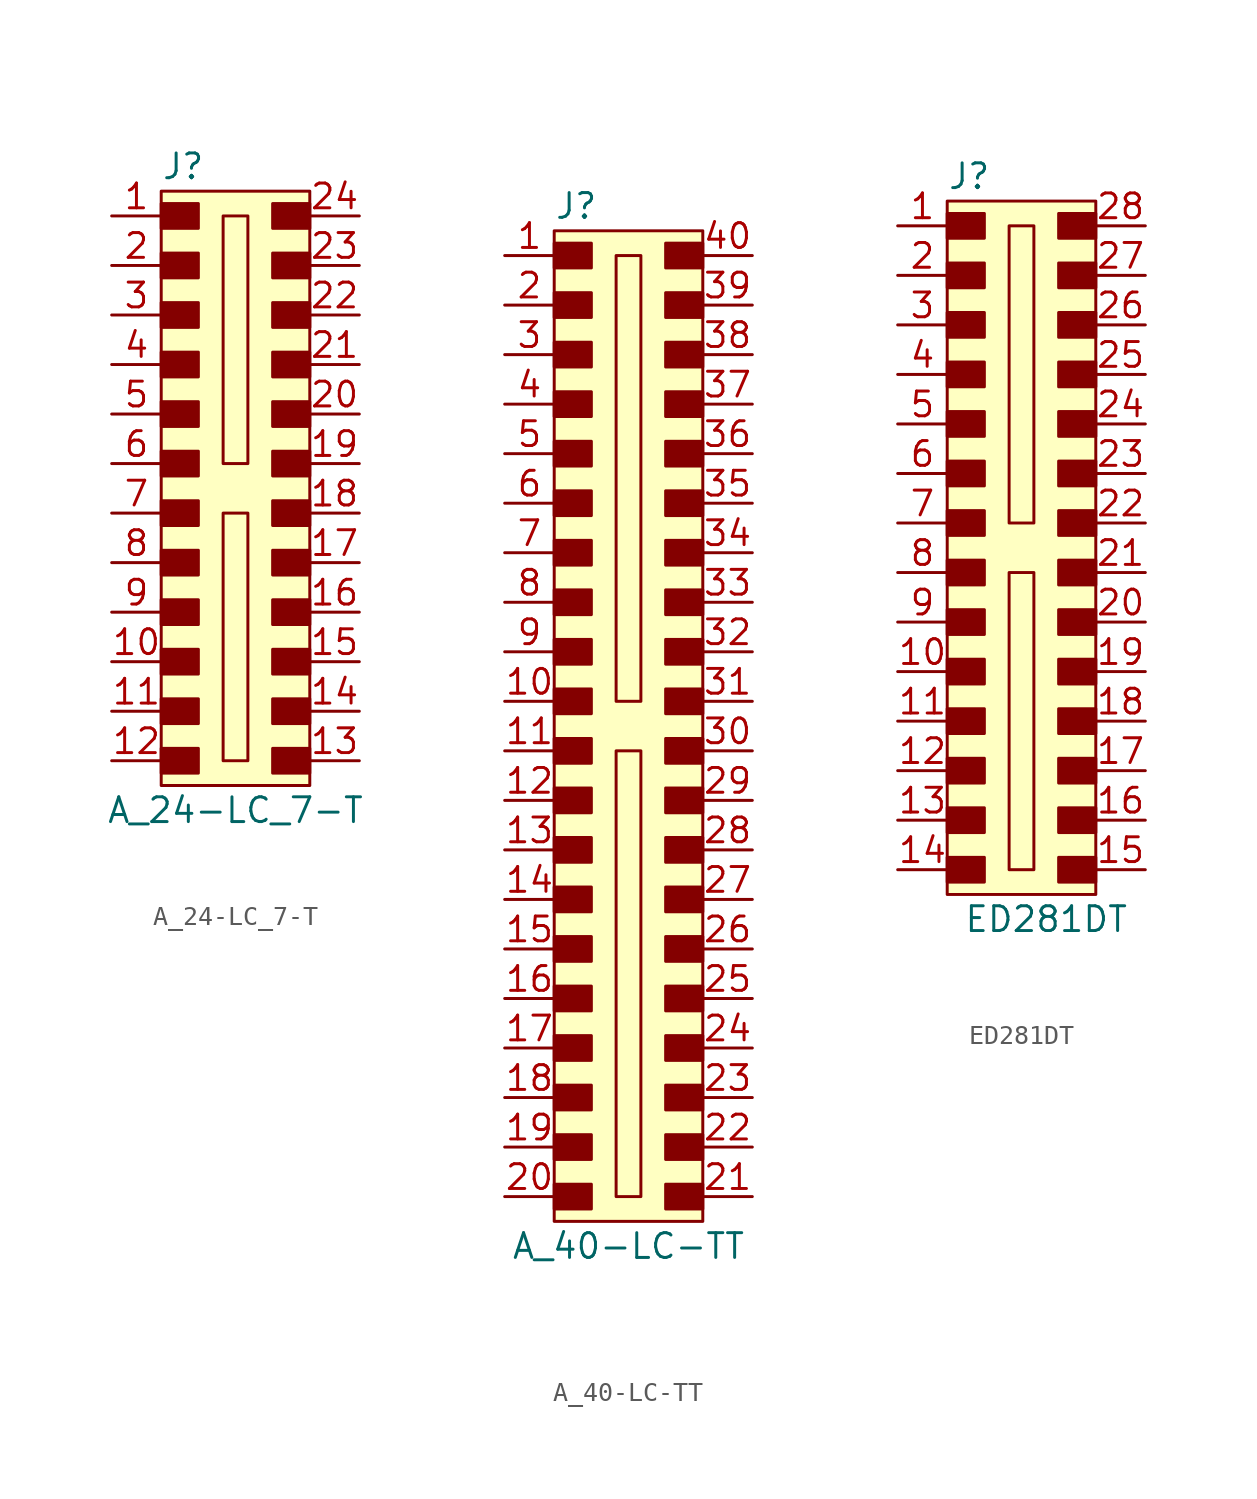
<source format=kicad_sym>
(kicad_symbol_lib
  (version 20220914)
  (generator kicad_symbol_editor)
  (symbol "A_24-LC_7-T"
    (pin_names
      (offset 1.016))
    (property "Reference" "J"
      (at -3.81 16.51 0)
      (effects (font (size 1.27 1.27)) (justify left)))
    (property "Value" "A_24-LC_7-T"
      (at 0 -16.51 0)
      (effects (font (size 1.27 1.27))))
    (symbol "A_24-LC_7-T_1_1"
      (rectangle (start -3.81 -13.335) (end -1.905 -14.605) (stroke (width 0) (type default)) (fill (type outline)))
      (rectangle (start -3.81 -10.795) (end -1.905 -12.065) (stroke (width 0) (type default)) (fill (type outline)))
      (rectangle (start -3.81 -8.255) (end -1.905 -9.525) (stroke (width 0) (type default)) (fill (type outline)))
      (rectangle (start -3.81 -5.715) (end -1.905 -6.985) (stroke (width 0) (type default)) (fill (type outline)))
      (rectangle (start -3.81 -3.175) (end -1.905 -4.445) (stroke (width 0) (type default)) (fill (type outline)))
      (rectangle (start -3.81 -0.635) (end -1.905 -1.905) (stroke (width 0) (type default)) (fill (type outline)))
      (rectangle (start -3.81 1.905) (end -1.905 0.635) (stroke (width 0) (type default)) (fill (type outline)))
      (rectangle (start -3.81 4.445) (end -1.905 3.175) (stroke (width 0) (type default)) (fill (type outline)))
      (rectangle (start -3.81 6.985) (end -1.905 5.715) (stroke (width 0) (type default)) (fill (type outline)))
      (rectangle (start -3.81 9.525) (end -1.905 8.255) (stroke (width 0) (type default)) (fill (type outline)))
      (rectangle (start -3.81 12.065) (end -1.905 10.795) (stroke (width 0) (type default)) (fill (type outline)))
      (rectangle (start -3.81 14.605) (end -1.905 13.335) (stroke (width 0) (type default)) (fill (type outline)))
      (rectangle (start -3.81 15.24) (end 3.81 -15.24) (stroke (width 0) (type default)) (fill (type background)))
      (rectangle (start -0.635 -1.27) (end 0.635 -13.97) (stroke (width 0) (type default)) (fill (type none)))
      (rectangle (start -0.635 13.97) (end 0.635 1.27) (stroke (width 0) (type default)) (fill (type none)))
      (rectangle (start 1.905 -13.335) (end 3.81 -14.605) (stroke (width 0) (type default)) (fill (type outline)))
      (rectangle (start 1.905 -10.795) (end 3.81 -12.065) (stroke (width 0) (type default)) (fill (type outline)))
      (rectangle (start 1.905 -8.255) (end 3.81 -9.525) (stroke (width 0) (type default)) (fill (type outline)))
      (rectangle (start 1.905 -5.715) (end 3.81 -6.985) (stroke (width 0) (type default)) (fill (type outline)))
      (rectangle (start 1.905 -3.175) (end 3.81 -4.445) (stroke (width 0) (type default)) (fill (type outline)))
      (rectangle (start 1.905 -0.635) (end 3.81 -1.905) (stroke (width 0) (type default)) (fill (type outline)))
      (rectangle (start 1.905 1.905) (end 3.81 0.635) (stroke (width 0) (type default)) (fill (type outline)))
      (rectangle (start 1.905 4.445) (end 3.81 3.175) (stroke (width 0) (type default)) (fill (type outline)))
      (rectangle (start 1.905 6.985) (end 3.81 5.715) (stroke (width 0) (type default)) (fill (type outline)))
      (rectangle (start 1.905 9.525) (end 3.81 8.255) (stroke (width 0) (type default)) (fill (type outline)))
      (rectangle (start 1.905 12.065) (end 3.81 10.795) (stroke (width 0) (type default)) (fill (type outline)))
      (rectangle (start 1.905 14.605) (end 3.81 13.335) (stroke (width 0) (type default)) (fill (type outline)))
      (pin passive line (at -6.35 13.97 0) (length 2.54) (name "~" (effects (font (size 1.27 1.27)))) (number "1" (effects (font (size 1.27 1.27)))))
      (pin passive line (at -6.35 -8.89 0) (length 2.54) (name "~" (effects (font (size 1.27 1.27)))) (number "10" (effects (font (size 1.27 1.27)))))
      (pin passive line (at -6.35 -11.43 0) (length 2.54) (name "~" (effects (font (size 1.27 1.27)))) (number "11" (effects (font (size 1.27 1.27)))))
      (pin passive line (at -6.35 -13.97 0) (length 2.54) (name "~" (effects (font (size 1.27 1.27)))) (number "12" (effects (font (size 1.27 1.27)))))
      (pin passive line (at 6.35 -13.97 180) (length 2.54) (name "~" (effects (font (size 1.27 1.27)))) (number "13" (effects (font (size 1.27 1.27)))))
      (pin passive line (at 6.35 -11.43 180) (length 2.54) (name "~" (effects (font (size 1.27 1.27)))) (number "14" (effects (font (size 1.27 1.27)))))
      (pin passive line (at 6.35 -8.89 180) (length 2.54) (name "~" (effects (font (size 1.27 1.27)))) (number "15" (effects (font (size 1.27 1.27)))))
      (pin passive line (at 6.35 -6.35 180) (length 2.54) (name "~" (effects (font (size 1.27 1.27)))) (number "16" (effects (font (size 1.27 1.27)))))
      (pin passive line (at 6.35 -3.81 180) (length 2.54) (name "~" (effects (font (size 1.27 1.27)))) (number "17" (effects (font (size 1.27 1.27)))))
      (pin passive line (at 6.35 -1.27 180) (length 2.54) (name "~" (effects (font (size 1.27 1.27)))) (number "18" (effects (font (size 1.27 1.27)))))
      (pin passive line (at 6.35 1.27 180) (length 2.54) (name "~" (effects (font (size 1.27 1.27)))) (number "19" (effects (font (size 1.27 1.27)))))
      (pin passive line (at -6.35 11.43 0) (length 2.54) (name "~" (effects (font (size 1.27 1.27)))) (number "2" (effects (font (size 1.27 1.27)))))
      (pin passive line (at 6.35 3.81 180) (length 2.54) (name "~" (effects (font (size 1.27 1.27)))) (number "20" (effects (font (size 1.27 1.27)))))
      (pin passive line (at 6.35 6.35 180) (length 2.54) (name "~" (effects (font (size 1.27 1.27)))) (number "21" (effects (font (size 1.27 1.27)))))
      (pin passive line (at 6.35 8.89 180) (length 2.54) (name "~" (effects (font (size 1.27 1.27)))) (number "22" (effects (font (size 1.27 1.27)))))
      (pin passive line (at 6.35 11.43 180) (length 2.54) (name "~" (effects (font (size 1.27 1.27)))) (number "23" (effects (font (size 1.27 1.27)))))
      (pin passive line (at 6.35 13.97 180) (length 2.54) (name "~" (effects (font (size 1.27 1.27)))) (number "24" (effects (font (size 1.27 1.27)))))
      (pin passive line (at -6.35 8.89 0) (length 2.54) (name "~" (effects (font (size 1.27 1.27)))) (number "3" (effects (font (size 1.27 1.27)))))
      (pin passive line (at -6.35 6.35 0) (length 2.54) (name "~" (effects (font (size 1.27 1.27)))) (number "4" (effects (font (size 1.27 1.27)))))
      (pin passive line (at -6.35 3.81 0) (length 2.54) (name "~" (effects (font (size 1.27 1.27)))) (number "5" (effects (font (size 1.27 1.27)))))
      (pin passive line (at -6.35 1.27 0) (length 2.54) (name "~" (effects (font (size 1.27 1.27)))) (number "6" (effects (font (size 1.27 1.27)))))
      (pin passive line (at -6.35 -1.27 0) (length 2.54) (name "~" (effects (font (size 1.27 1.27)))) (number "7" (effects (font (size 1.27 1.27)))))
      (pin passive line (at -6.35 -3.81 0) (length 2.54) (name "~" (effects (font (size 1.27 1.27)))) (number "8" (effects (font (size 1.27 1.27)))))
      (pin passive line (at -6.35 -6.35 0) (length 2.54) (name "~" (effects (font (size 1.27 1.27)))) (number "9" (effects (font (size 1.27 1.27)))))))
  (symbol "A_40-LC-TT"
    (pin_names
      (offset 1.016))
    (property "Reference" "J"
      (at -3.81 25.4 0)
      (effects (font (size 1.27 1.27)) (justify left)))
    (property "Value" "A_40-LC-TT"
      (at 0 -27.94 0)
      (effects (font (size 1.27 1.27))))
    (symbol "A_40-LC-TT_1_1"
      (rectangle (start -3.81 -24.765) (end -1.905 -26.035) (stroke (width 0) (type default)) (fill (type outline)))
      (rectangle (start -3.81 -22.225) (end -1.905 -23.495) (stroke (width 0) (type default)) (fill (type outline)))
      (rectangle (start -3.81 -19.685) (end -1.905 -20.955) (stroke (width 0) (type default)) (fill (type outline)))
      (rectangle (start -3.81 -17.145) (end -1.905 -18.415) (stroke (width 0) (type default)) (fill (type outline)))
      (rectangle (start -3.81 -14.605) (end -1.905 -15.875) (stroke (width 0) (type default)) (fill (type outline)))
      (rectangle (start -3.81 -12.065) (end -1.905 -13.335) (stroke (width 0) (type default)) (fill (type outline)))
      (rectangle (start -3.81 -9.525) (end -1.905 -10.795) (stroke (width 0) (type default)) (fill (type outline)))
      (rectangle (start -3.81 -6.985) (end -1.905 -8.255) (stroke (width 0) (type default)) (fill (type outline)))
      (rectangle (start -3.81 -4.445) (end -1.905 -5.715) (stroke (width 0) (type default)) (fill (type outline)))
      (rectangle (start -3.81 -1.905) (end -1.905 -3.175) (stroke (width 0) (type default)) (fill (type outline)))
      (rectangle (start -3.81 0.635) (end -1.905 -0.635) (stroke (width 0) (type default)) (fill (type outline)))
      (rectangle (start -3.81 3.175) (end -1.905 1.905) (stroke (width 0) (type default)) (fill (type outline)))
      (rectangle (start -3.81 5.715) (end -1.905 4.445) (stroke (width 0) (type default)) (fill (type outline)))
      (rectangle (start -3.81 8.255) (end -1.905 6.985) (stroke (width 0) (type default)) (fill (type outline)))
      (rectangle (start -3.81 10.795) (end -1.905 9.525) (stroke (width 0) (type default)) (fill (type outline)))
      (rectangle (start -3.81 13.335) (end -1.905 12.065) (stroke (width 0) (type default)) (fill (type outline)))
      (rectangle (start -3.81 15.875) (end -1.905 14.605) (stroke (width 0) (type default)) (fill (type outline)))
      (rectangle (start -3.81 18.415) (end -1.905 17.145) (stroke (width 0) (type default)) (fill (type outline)))
      (rectangle (start -3.81 20.955) (end -1.905 19.685) (stroke (width 0) (type default)) (fill (type outline)))
      (rectangle (start -3.81 23.495) (end -1.905 22.225) (stroke (width 0) (type default)) (fill (type outline)))
      (rectangle (start -3.81 24.13) (end 3.81 -26.67) (stroke (width 0) (type default)) (fill (type background)))
      (rectangle (start -0.635 -2.54) (end 0.635 -25.4) (stroke (width 0) (type default)) (fill (type none)))
      (rectangle (start -0.635 22.86) (end 0.635 0) (stroke (width 0) (type default)) (fill (type none)))
      (rectangle (start 1.905 -24.765) (end 3.81 -26.035) (stroke (width 0) (type default)) (fill (type outline)))
      (rectangle (start 1.905 -22.225) (end 3.81 -23.495) (stroke (width 0) (type default)) (fill (type outline)))
      (rectangle (start 1.905 -19.685) (end 3.81 -20.955) (stroke (width 0) (type default)) (fill (type outline)))
      (rectangle (start 1.905 -17.145) (end 3.81 -18.415) (stroke (width 0) (type default)) (fill (type outline)))
      (rectangle (start 1.905 -14.605) (end 3.81 -15.875) (stroke (width 0) (type default)) (fill (type outline)))
      (rectangle (start 1.905 -12.065) (end 3.81 -13.335) (stroke (width 0) (type default)) (fill (type outline)))
      (rectangle (start 1.905 -9.525) (end 3.81 -10.795) (stroke (width 0) (type default)) (fill (type outline)))
      (rectangle (start 1.905 -6.985) (end 3.81 -8.255) (stroke (width 0) (type default)) (fill (type outline)))
      (rectangle (start 1.905 -4.445) (end 3.81 -5.715) (stroke (width 0) (type default)) (fill (type outline)))
      (rectangle (start 1.905 -1.905) (end 3.81 -3.175) (stroke (width 0) (type default)) (fill (type outline)))
      (rectangle (start 1.905 0.635) (end 3.81 -0.635) (stroke (width 0) (type default)) (fill (type outline)))
      (rectangle (start 1.905 3.175) (end 3.81 1.905) (stroke (width 0) (type default)) (fill (type outline)))
      (rectangle (start 1.905 5.715) (end 3.81 4.445) (stroke (width 0) (type default)) (fill (type outline)))
      (rectangle (start 1.905 8.255) (end 3.81 6.985) (stroke (width 0) (type default)) (fill (type outline)))
      (rectangle (start 1.905 10.795) (end 3.81 9.525) (stroke (width 0) (type default)) (fill (type outline)))
      (rectangle (start 1.905 13.335) (end 3.81 12.065) (stroke (width 0) (type default)) (fill (type outline)))
      (rectangle (start 1.905 15.875) (end 3.81 14.605) (stroke (width 0) (type default)) (fill (type outline)))
      (rectangle (start 1.905 18.415) (end 3.81 17.145) (stroke (width 0) (type default)) (fill (type outline)))
      (rectangle (start 1.905 20.955) (end 3.81 19.685) (stroke (width 0) (type default)) (fill (type outline)))
      (rectangle (start 1.905 23.495) (end 3.81 22.225) (stroke (width 0) (type default)) (fill (type outline)))
      (pin passive line (at -6.35 22.86 0) (length 2.54) (name "~" (effects (font (size 1.27 1.27)))) (number "1" (effects (font (size 1.27 1.27)))))
      (pin passive line (at -6.35 0 0) (length 2.54) (name "~" (effects (font (size 1.27 1.27)))) (number "10" (effects (font (size 1.27 1.27)))))
      (pin passive line (at -6.35 -2.54 0) (length 2.54) (name "~" (effects (font (size 1.27 1.27)))) (number "11" (effects (font (size 1.27 1.27)))))
      (pin passive line (at -6.35 -5.08 0) (length 2.54) (name "~" (effects (font (size 1.27 1.27)))) (number "12" (effects (font (size 1.27 1.27)))))
      (pin passive line (at -6.35 -7.62 0) (length 2.54) (name "~" (effects (font (size 1.27 1.27)))) (number "13" (effects (font (size 1.27 1.27)))))
      (pin passive line (at -6.35 -10.16 0) (length 2.54) (name "~" (effects (font (size 1.27 1.27)))) (number "14" (effects (font (size 1.27 1.27)))))
      (pin passive line (at -6.35 -12.7 0) (length 2.54) (name "~" (effects (font (size 1.27 1.27)))) (number "15" (effects (font (size 1.27 1.27)))))
      (pin passive line (at -6.35 -15.24 0) (length 2.54) (name "~" (effects (font (size 1.27 1.27)))) (number "16" (effects (font (size 1.27 1.27)))))
      (pin passive line (at -6.35 -17.78 0) (length 2.54) (name "~" (effects (font (size 1.27 1.27)))) (number "17" (effects (font (size 1.27 1.27)))))
      (pin passive line (at -6.35 -20.32 0) (length 2.54) (name "~" (effects (font (size 1.27 1.27)))) (number "18" (effects (font (size 1.27 1.27)))))
      (pin passive line (at -6.35 -22.86 0) (length 2.54) (name "~" (effects (font (size 1.27 1.27)))) (number "19" (effects (font (size 1.27 1.27)))))
      (pin passive line (at -6.35 20.32 0) (length 2.54) (name "~" (effects (font (size 1.27 1.27)))) (number "2" (effects (font (size 1.27 1.27)))))
      (pin passive line (at -6.35 -25.4 0) (length 2.54) (name "~" (effects (font (size 1.27 1.27)))) (number "20" (effects (font (size 1.27 1.27)))))
      (pin passive line (at 6.35 -25.4 180) (length 2.54) (name "~" (effects (font (size 1.27 1.27)))) (number "21" (effects (font (size 1.27 1.27)))))
      (pin passive line (at 6.35 -22.86 180) (length 2.54) (name "~" (effects (font (size 1.27 1.27)))) (number "22" (effects (font (size 1.27 1.27)))))
      (pin passive line (at 6.35 -20.32 180) (length 2.54) (name "~" (effects (font (size 1.27 1.27)))) (number "23" (effects (font (size 1.27 1.27)))))
      (pin passive line (at 6.35 -17.78 180) (length 2.54) (name "~" (effects (font (size 1.27 1.27)))) (number "24" (effects (font (size 1.27 1.27)))))
      (pin passive line (at 6.35 -15.24 180) (length 2.54) (name "~" (effects (font (size 1.27 1.27)))) (number "25" (effects (font (size 1.27 1.27)))))
      (pin passive line (at 6.35 -12.7 180) (length 2.54) (name "~" (effects (font (size 1.27 1.27)))) (number "26" (effects (font (size 1.27 1.27)))))
      (pin passive line (at 6.35 -10.16 180) (length 2.54) (name "~" (effects (font (size 1.27 1.27)))) (number "27" (effects (font (size 1.27 1.27)))))
      (pin passive line (at 6.35 -7.62 180) (length 2.54) (name "~" (effects (font (size 1.27 1.27)))) (number "28" (effects (font (size 1.27 1.27)))))
      (pin passive line (at 6.35 -5.08 180) (length 2.54) (name "~" (effects (font (size 1.27 1.27)))) (number "29" (effects (font (size 1.27 1.27)))))
      (pin passive line (at -6.35 17.78 0) (length 2.54) (name "~" (effects (font (size 1.27 1.27)))) (number "3" (effects (font (size 1.27 1.27)))))
      (pin passive line (at 6.35 -2.54 180) (length 2.54) (name "~" (effects (font (size 1.27 1.27)))) (number "30" (effects (font (size 1.27 1.27)))))
      (pin passive line (at 6.35 0 180) (length 2.54) (name "~" (effects (font (size 1.27 1.27)))) (number "31" (effects (font (size 1.27 1.27)))))
      (pin passive line (at 6.35 2.54 180) (length 2.54) (name "~" (effects (font (size 1.27 1.27)))) (number "32" (effects (font (size 1.27 1.27)))))
      (pin passive line (at 6.35 5.08 180) (length 2.54) (name "~" (effects (font (size 1.27 1.27)))) (number "33" (effects (font (size 1.27 1.27)))))
      (pin passive line (at 6.35 7.62 180) (length 2.54) (name "~" (effects (font (size 1.27 1.27)))) (number "34" (effects (font (size 1.27 1.27)))))
      (pin passive line (at 6.35 10.16 180) (length 2.54) (name "~" (effects (font (size 1.27 1.27)))) (number "35" (effects (font (size 1.27 1.27)))))
      (pin passive line (at 6.35 12.7 180) (length 2.54) (name "~" (effects (font (size 1.27 1.27)))) (number "36" (effects (font (size 1.27 1.27)))))
      (pin passive line (at 6.35 15.24 180) (length 2.54) (name "~" (effects (font (size 1.27 1.27)))) (number "37" (effects (font (size 1.27 1.27)))))
      (pin passive line (at 6.35 17.78 180) (length 2.54) (name "~" (effects (font (size 1.27 1.27)))) (number "38" (effects (font (size 1.27 1.27)))))
      (pin passive line (at 6.35 20.32 180) (length 2.54) (name "~" (effects (font (size 1.27 1.27)))) (number "39" (effects (font (size 1.27 1.27)))))
      (pin passive line (at -6.35 15.24 0) (length 2.54) (name "~" (effects (font (size 1.27 1.27)))) (number "4" (effects (font (size 1.27 1.27)))))
      (pin passive line (at 6.35 22.86 180) (length 2.54) (name "~" (effects (font (size 1.27 1.27)))) (number "40" (effects (font (size 1.27 1.27)))))
      (pin passive line (at -6.35 12.7 0) (length 2.54) (name "~" (effects (font (size 1.27 1.27)))) (number "5" (effects (font (size 1.27 1.27)))))
      (pin passive line (at -6.35 10.16 0) (length 2.54) (name "~" (effects (font (size 1.27 1.27)))) (number "6" (effects (font (size 1.27 1.27)))))
      (pin passive line (at -6.35 7.62 0) (length 2.54) (name "~" (effects (font (size 1.27 1.27)))) (number "7" (effects (font (size 1.27 1.27)))))
      (pin passive line (at -6.35 5.08 0) (length 2.54) (name "~" (effects (font (size 1.27 1.27)))) (number "8" (effects (font (size 1.27 1.27)))))
      (pin passive line (at -6.35 2.54 0) (length 2.54) (name "~" (effects (font (size 1.27 1.27)))) (number "9" (effects (font (size 1.27 1.27)))))))
  (symbol "ED281DT"
    (pin_names
      (offset 1.016))
    (property "Reference" "J"
      (at -5.08 15.24 0)
      (effects (font (size 1.27 1.27)) (justify left)))
    (property "Value" "ED281DT"
      (at 0 -22.86 0)
      (effects (font (size 1.27 1.27))))
    (symbol "ED281DT_0_1"
      (rectangle (start -5.08 10.795) (end -3.175 9.525) (stroke (width 0) (type default)) (fill (type outline)))
      (rectangle (start -5.08 13.335) (end -3.175 12.065) (stroke (width 0) (type default)) (fill (type outline)))
      (rectangle (start -5.08 13.97) (end 2.54 -21.59) (stroke (width 0) (type default)) (fill (type background)))
      (rectangle (start -1.905 -5.08) (end -0.635 -20.32) (stroke (width 0) (type default)) (fill (type none)))
      (rectangle (start -1.905 12.7) (end -0.635 -2.54) (stroke (width 0) (type default)) (fill (type none))))
    (symbol "ED281DT_1_1"
      (rectangle (start -5.08 -19.685) (end -3.175 -20.955) (stroke (width 0) (type default)) (fill (type outline)))
      (rectangle (start -5.08 -17.145) (end -3.175 -18.415) (stroke (width 0) (type default)) (fill (type outline)))
      (rectangle (start -5.08 -14.605) (end -3.175 -15.875) (stroke (width 0) (type default)) (fill (type outline)))
      (rectangle (start -5.08 -12.065) (end -3.175 -13.335) (stroke (width 0) (type default)) (fill (type outline)))
      (rectangle (start -5.08 -9.525) (end -3.175 -10.795) (stroke (width 0) (type default)) (fill (type outline)))
      (rectangle (start -5.08 -6.985) (end -3.175 -8.255) (stroke (width 0) (type default)) (fill (type outline)))
      (rectangle (start -5.08 -4.445) (end -3.175 -5.715) (stroke (width 0) (type default)) (fill (type outline)))
      (rectangle (start -5.08 -1.905) (end -3.175 -3.175) (stroke (width 0) (type default)) (fill (type outline)))
      (rectangle (start -5.08 0.635) (end -3.175 -0.635) (stroke (width 0) (type default)) (fill (type outline)))
      (rectangle (start -5.08 3.175) (end -3.175 1.905) (stroke (width 0) (type default)) (fill (type outline)))
      (rectangle (start -5.08 5.715) (end -3.175 4.445) (stroke (width 0) (type default)) (fill (type outline)))
      (rectangle (start -5.08 8.255) (end -3.175 6.985) (stroke (width 0) (type default)) (fill (type outline)))
      (rectangle (start 0.635 -19.685) (end 2.54 -20.955) (stroke (width 0) (type default)) (fill (type outline)))
      (rectangle (start 0.635 -17.145) (end 2.54 -18.415) (stroke (width 0) (type default)) (fill (type outline)))
      (rectangle (start 0.635 -14.605) (end 2.54 -15.875) (stroke (width 0) (type default)) (fill (type outline)))
      (rectangle (start 0.635 -12.065) (end 2.54 -13.335) (stroke (width 0) (type default)) (fill (type outline)))
      (rectangle (start 0.635 -9.525) (end 2.54 -10.795) (stroke (width 0) (type default)) (fill (type outline)))
      (rectangle (start 0.635 -6.985) (end 2.54 -8.255) (stroke (width 0) (type default)) (fill (type outline)))
      (rectangle (start 0.635 -4.445) (end 2.54 -5.715) (stroke (width 0) (type default)) (fill (type outline)))
      (rectangle (start 0.635 -1.905) (end 2.54 -3.175) (stroke (width 0) (type default)) (fill (type outline)))
      (rectangle (start 0.635 0.635) (end 2.54 -0.635) (stroke (width 0) (type default)) (fill (type outline)))
      (rectangle (start 0.635 3.175) (end 2.54 1.905) (stroke (width 0) (type default)) (fill (type outline)))
      (rectangle (start 0.635 5.715) (end 2.54 4.445) (stroke (width 0) (type default)) (fill (type outline)))
      (rectangle (start 0.635 8.255) (end 2.54 6.985) (stroke (width 0) (type default)) (fill (type outline)))
      (rectangle (start 0.635 10.795) (end 2.54 9.525) (stroke (width 0) (type default)) (fill (type outline)))
      (rectangle (start 0.635 13.335) (end 2.54 12.065) (stroke (width 0) (type default)) (fill (type outline)))
      (pin passive line (at -7.62 12.7 0) (length 2.54) (name "~" (effects (font (size 1.27 1.27)))) (number "1" (effects (font (size 1.27 1.27)))))
      (pin passive line (at -7.62 -10.16 0) (length 2.54) (name "~" (effects (font (size 1.27 1.27)))) (number "10" (effects (font (size 1.27 1.27)))))
      (pin passive line (at -7.62 -12.7 0) (length 2.54) (name "~" (effects (font (size 1.27 1.27)))) (number "11" (effects (font (size 1.27 1.27)))))
      (pin passive line (at -7.62 -15.24 0) (length 2.54) (name "~" (effects (font (size 1.27 1.27)))) (number "12" (effects (font (size 1.27 1.27)))))
      (pin passive line (at -7.62 -17.78 0) (length 2.54) (name "~" (effects (font (size 1.27 1.27)))) (number "13" (effects (font (size 1.27 1.27)))))
      (pin passive line (at -7.62 -20.32 0) (length 2.54) (name "~" (effects (font (size 1.27 1.27)))) (number "14" (effects (font (size 1.27 1.27)))))
      (pin passive line (at 5.08 -20.32 180) (length 2.54) (name "~" (effects (font (size 1.27 1.27)))) (number "15" (effects (font (size 1.27 1.27)))))
      (pin passive line (at 5.08 -17.78 180) (length 2.54) (name "~" (effects (font (size 1.27 1.27)))) (number "16" (effects (font (size 1.27 1.27)))))
      (pin passive line (at 5.08 -15.24 180) (length 2.54) (name "~" (effects (font (size 1.27 1.27)))) (number "17" (effects (font (size 1.27 1.27)))))
      (pin passive line (at 5.08 -12.7 180) (length 2.54) (name "~" (effects (font (size 1.27 1.27)))) (number "18" (effects (font (size 1.27 1.27)))))
      (pin passive line (at 5.08 -10.16 180) (length 2.54) (name "~" (effects (font (size 1.27 1.27)))) (number "19" (effects (font (size 1.27 1.27)))))
      (pin passive line (at -7.62 10.16 0) (length 2.54) (name "~" (effects (font (size 1.27 1.27)))) (number "2" (effects (font (size 1.27 1.27)))))
      (pin passive line (at 5.08 -7.62 180) (length 2.54) (name "~" (effects (font (size 1.27 1.27)))) (number "20" (effects (font (size 1.27 1.27)))))
      (pin passive line (at 5.08 -5.08 180) (length 2.54) (name "~" (effects (font (size 1.27 1.27)))) (number "21" (effects (font (size 1.27 1.27)))))
      (pin passive line (at 5.08 -2.54 180) (length 2.54) (name "~" (effects (font (size 1.27 1.27)))) (number "22" (effects (font (size 1.27 1.27)))))
      (pin passive line (at 5.08 0 180) (length 2.54) (name "~" (effects (font (size 1.27 1.27)))) (number "23" (effects (font (size 1.27 1.27)))))
      (pin passive line (at 5.08 2.54 180) (length 2.54) (name "~" (effects (font (size 1.27 1.27)))) (number "24" (effects (font (size 1.27 1.27)))))
      (pin passive line (at 5.08 5.08 180) (length 2.54) (name "~" (effects (font (size 1.27 1.27)))) (number "25" (effects (font (size 1.27 1.27)))))
      (pin passive line (at 5.08 7.62 180) (length 2.54) (name "~" (effects (font (size 1.27 1.27)))) (number "26" (effects (font (size 1.27 1.27)))))
      (pin passive line (at 5.08 10.16 180) (length 2.54) (name "~" (effects (font (size 1.27 1.27)))) (number "27" (effects (font (size 1.27 1.27)))))
      (pin passive line (at 5.08 12.7 180) (length 2.54) (name "~" (effects (font (size 1.27 1.27)))) (number "28" (effects (font (size 1.27 1.27)))))
      (pin passive line (at -7.62 7.62 0) (length 2.54) (name "~" (effects (font (size 1.27 1.27)))) (number "3" (effects (font (size 1.27 1.27)))))
      (pin passive line (at -7.62 5.08 0) (length 2.54) (name "~" (effects (font (size 1.27 1.27)))) (number "4" (effects (font (size 1.27 1.27)))))
      (pin passive line (at -7.62 2.54 0) (length 2.54) (name "~" (effects (font (size 1.27 1.27)))) (number "5" (effects (font (size 1.27 1.27)))))
      (pin passive line (at -7.62 0 0) (length 2.54) (name "~" (effects (font (size 1.27 1.27)))) (number "6" (effects (font (size 1.27 1.27)))))
      (pin passive line (at -7.62 -2.54 0) (length 2.54) (name "~" (effects (font (size 1.27 1.27)))) (number "7" (effects (font (size 1.27 1.27)))))
      (pin passive line (at -7.62 -5.08 0) (length 2.54) (name "~" (effects (font (size 1.27 1.27)))) (number "8" (effects (font (size 1.27 1.27)))))
      (pin passive line (at -7.62 -7.62 0) (length 2.54) (name "~" (effects (font (size 1.27 1.27)))) (number "9" (effects (font (size 1.27 1.27))))))))
</source>
